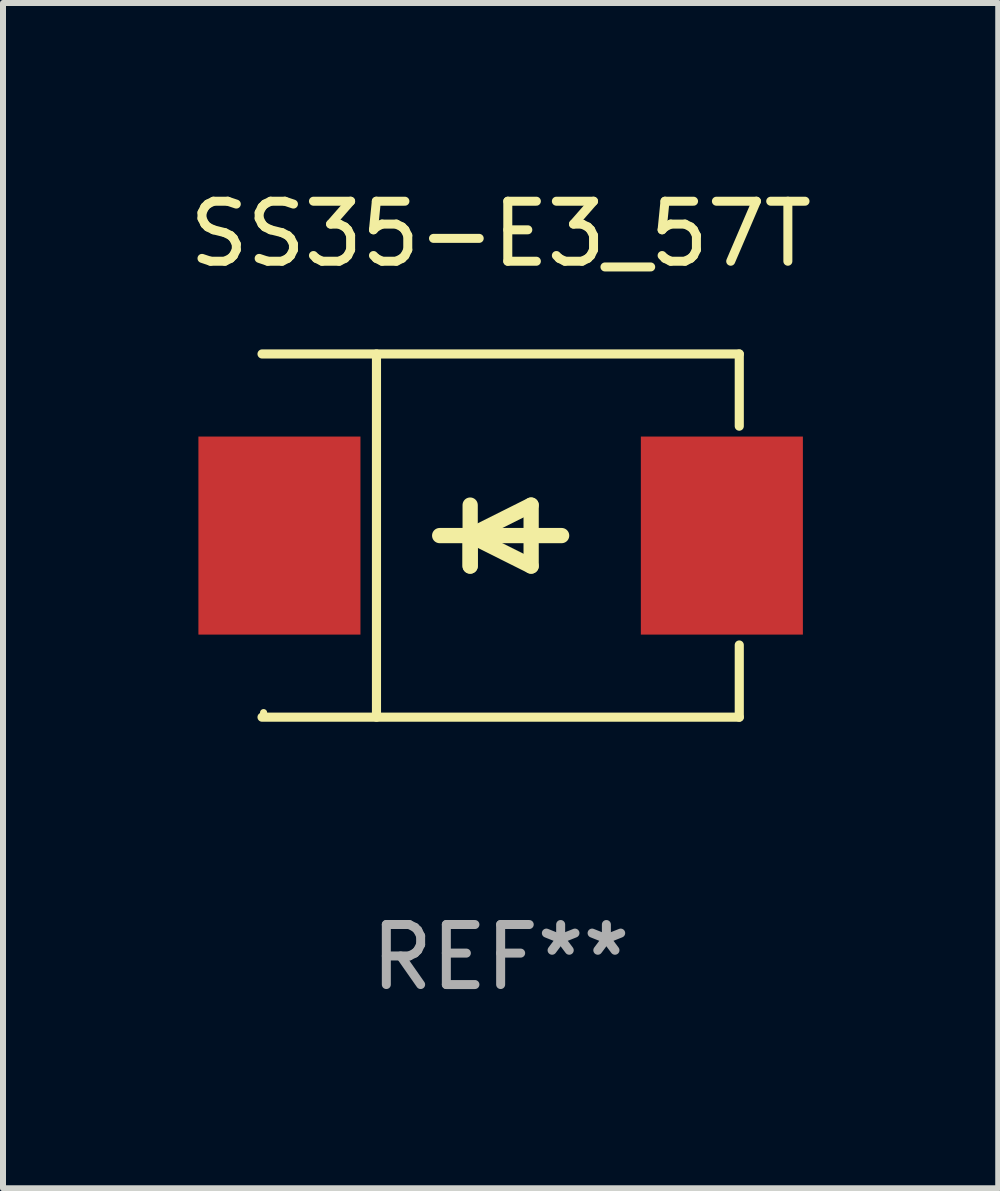
<source format=kicad_pcb>
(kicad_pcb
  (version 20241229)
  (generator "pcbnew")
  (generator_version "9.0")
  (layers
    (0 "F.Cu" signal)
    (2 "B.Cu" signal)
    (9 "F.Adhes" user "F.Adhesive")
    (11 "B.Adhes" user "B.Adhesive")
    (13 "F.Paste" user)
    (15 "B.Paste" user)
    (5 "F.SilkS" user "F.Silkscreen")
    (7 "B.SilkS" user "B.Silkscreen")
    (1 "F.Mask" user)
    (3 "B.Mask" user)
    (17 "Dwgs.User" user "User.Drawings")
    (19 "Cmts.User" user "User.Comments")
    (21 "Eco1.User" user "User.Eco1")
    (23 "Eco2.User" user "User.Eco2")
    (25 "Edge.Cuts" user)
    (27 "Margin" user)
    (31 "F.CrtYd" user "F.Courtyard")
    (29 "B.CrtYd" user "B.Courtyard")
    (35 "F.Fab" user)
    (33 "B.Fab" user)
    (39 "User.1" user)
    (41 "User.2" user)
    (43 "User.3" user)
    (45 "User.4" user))
  (footprint "SS35-E3_57T"
    (layer "F.Cu")
    (at 5.292 5.874)
    (property "Reference" "SS35-E3_57T" (at 0 -5.026 0) (layer "F.SilkS") (effects (font (size 1 1) (thickness 0.15))))
    (attr through_hole)
    (fp_line (start -3.976 -3.026) (end 3.976 -3.026) (stroke (width 0.152) (type solid)) (layer "F.SilkS"))
    (fp_line (start -3.976 3.026) (end 3.976 3.026) (stroke (width 0.152) (type solid)) (layer "F.SilkS"))
    (fp_line (start -2.069 -3.026) (end -2.069 3.026) (stroke (width 0.152) (type solid)) (layer "F.SilkS"))
    (fp_line (start -0.508 0) (end -0.508 0.508) (stroke (width 0.254) (type solid)) (layer "F.SilkS"))
    (fp_line (start -0.508 0) (end 0.508 0.508) (stroke (width 0.254) (type solid)) (layer "F.SilkS"))
    (fp_line (start -0.508 0.508) (end -0.508 -0.508) (stroke (width 0.254) (type solid)) (layer "F.SilkS"))
    (fp_line (start 0.508 -0.508) (end -0.508 0) (stroke (width 0.254) (type solid)) (layer "F.SilkS"))
    (fp_line (start 0.508 0.508) (end 0.508 -0.508) (stroke (width 0.254) (type solid)) (layer "F.SilkS"))
    (fp_line (start 1.016 0) (end -1.016 0) (stroke (width 0.254) (type solid)) (layer "F.SilkS"))
    (fp_line (start 3.976 -3.026) (end 3.976 -1.823) (stroke (width 0.152) (type solid)) (layer "F.SilkS"))
    (fp_line (start 3.976 3.026) (end 3.976 1.823) (stroke (width 0.152) (type solid)) (layer "F.SilkS"))
    (fp_circle (center -3.95 2.95) (end -3.92 2.95) (stroke (width 0.06) (type solid)) (fill no) (layer "F.SilkS"))
    (fp_text user "REF**" (at 0 7.026 0) (layer "F.Fab") (effects (font (size 1 1) (thickness 0.15))))
    (pad "1" smd rect (at -3.686 0) (size 2.7 3.3) (layers "F.Cu" "F.Mask" "F.Paste"))
    (pad "2" smd rect (at 3.686 0) (size 2.7 3.3) (layers "F.Cu" "F.Mask" "F.Paste")))
  (gr_rect
    (start -3 -3)
    (end 13.583 16.749)
    (stroke (width 0.1) (type default))
    (fill no)
    (layer "Edge.Cuts")))
</source>
